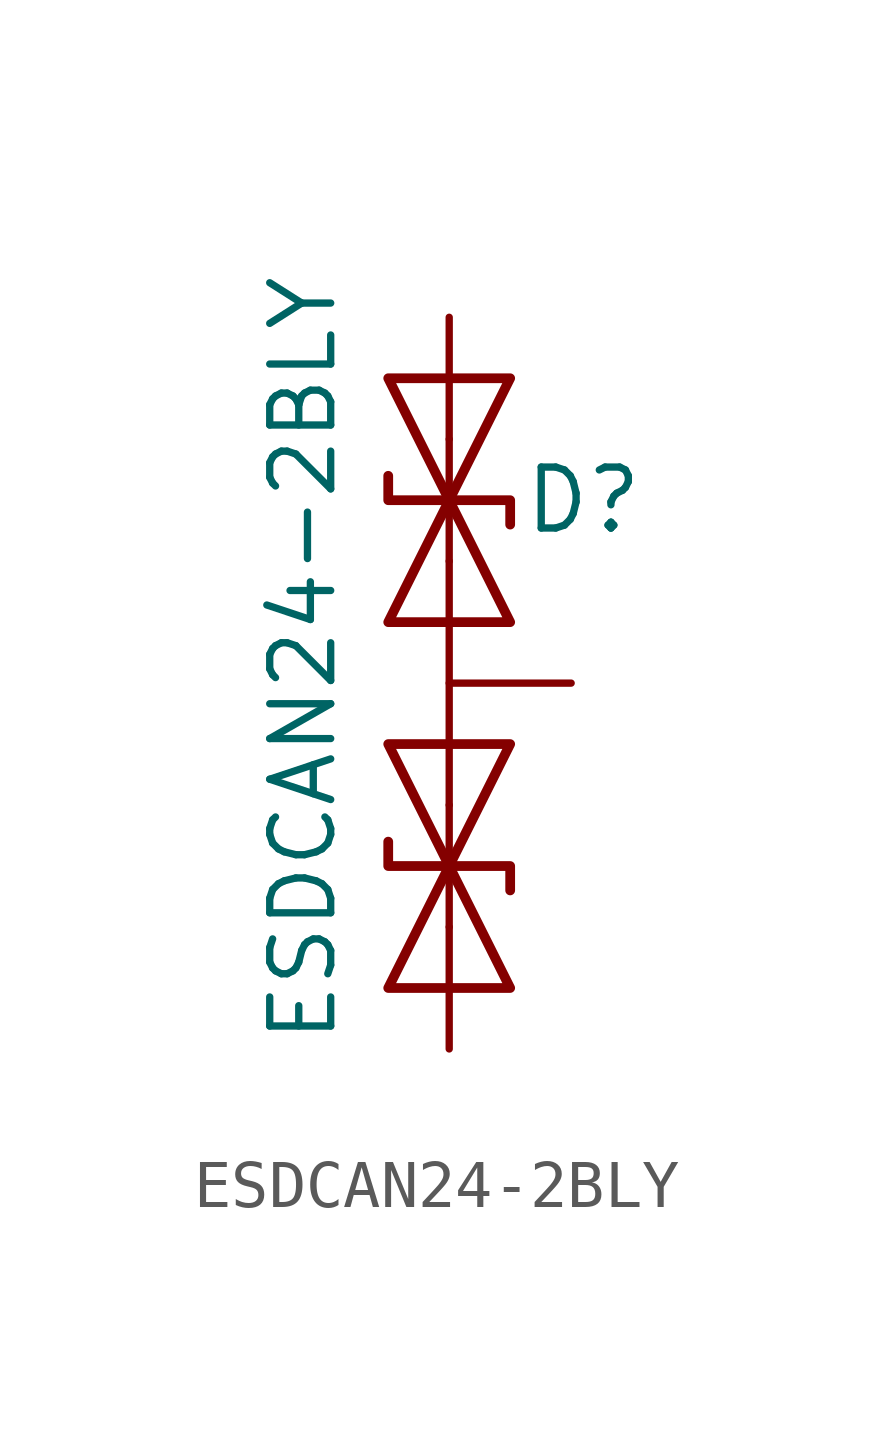
<source format=kicad_sym>
(kicad_symbol_lib
  (version 20241209)
  (generator "kicad_symbol_editor")
  (generator_version "9.0")
  (symbol "ESDCAN24-2BLY"
    (pin_numbers
      (hide yes))
    (pin_names
      (offset 1.016)
      (hide yes))
    (property "Reference" "D"
      (at 2.794 3.81 0)
      (effects (font (size 1.27 1.27))))
    (property "Value" "ESDCAN24-2BLY"
      (at -3.048 0.508 90)
      (effects (font (size 1.27 1.27))))
    (symbol "ESDCAN24-2BLY_0_1"
      (polyline (pts (xy -1.27 6.35) (xy 0 3.81) (xy 1.27 6.35) (xy -1.27 6.35)) (stroke (width 0.203) (type default)) (fill (type none)))
      (polyline (pts (xy -1.27 -1.27) (xy 1.27 -1.27) (xy 0 -3.81) (xy -1.27 -1.27)) (stroke (width 0.203) (type default)) (fill (type none)))
      (polyline (pts (xy -1.27 -3.302) (xy -1.27 -3.81) (xy 1.27 -3.81) (xy 1.27 -4.318)) (stroke (width 0.203) (type default)) (fill (type none)))
      (polyline (pts (xy 0 2.54) (xy 0 5.08)) (stroke (width 0) (type default)) (fill (type none)))
      (polyline (pts (xy 0 -2.54) (xy 0 2.54)) (stroke (width 0) (type default)) (fill (type none)))
      (polyline (pts (xy 0 -2.54) (xy 0 -5.08)) (stroke (width 0) (type default)) (fill (type none)))
      (polyline (pts (xy 1.27 3.302) (xy 1.27 3.81) (xy -1.27 3.81) (xy -1.27 4.318)) (stroke (width 0.203) (type default)) (fill (type none)))
      (polyline (pts (xy 1.27 1.27) (xy -1.27 1.27) (xy 0 3.81) (xy 1.27 1.27)) (stroke (width 0.203) (type default)) (fill (type none)))
      (polyline (pts (xy 1.27 -6.35) (xy 0 -3.81) (xy -1.27 -6.35) (xy 1.27 -6.35)) (stroke (width 0.203) (type default)) (fill (type none))))
    (symbol "ESDCAN24-2BLY_1_1"
      (pin passive line (at 0 7.62 270) (length 2.54) (name "A1" (effects (font (size 1.27 1.27)))) (number "1" (effects (font (size 1.27 1.27)))))
      (pin passive line (at 0 -7.62 90) (length 2.54) (name "A2" (effects (font (size 1.27 1.27)))) (number "2" (effects (font (size 1.27 1.27)))))
      (pin passive line (at 2.54 0 180) (length 2.54) (name "C" (effects (font (size 1.27 1.27)))) (number "3" (effects (font (size 1.27 1.27))))))))
</source>
